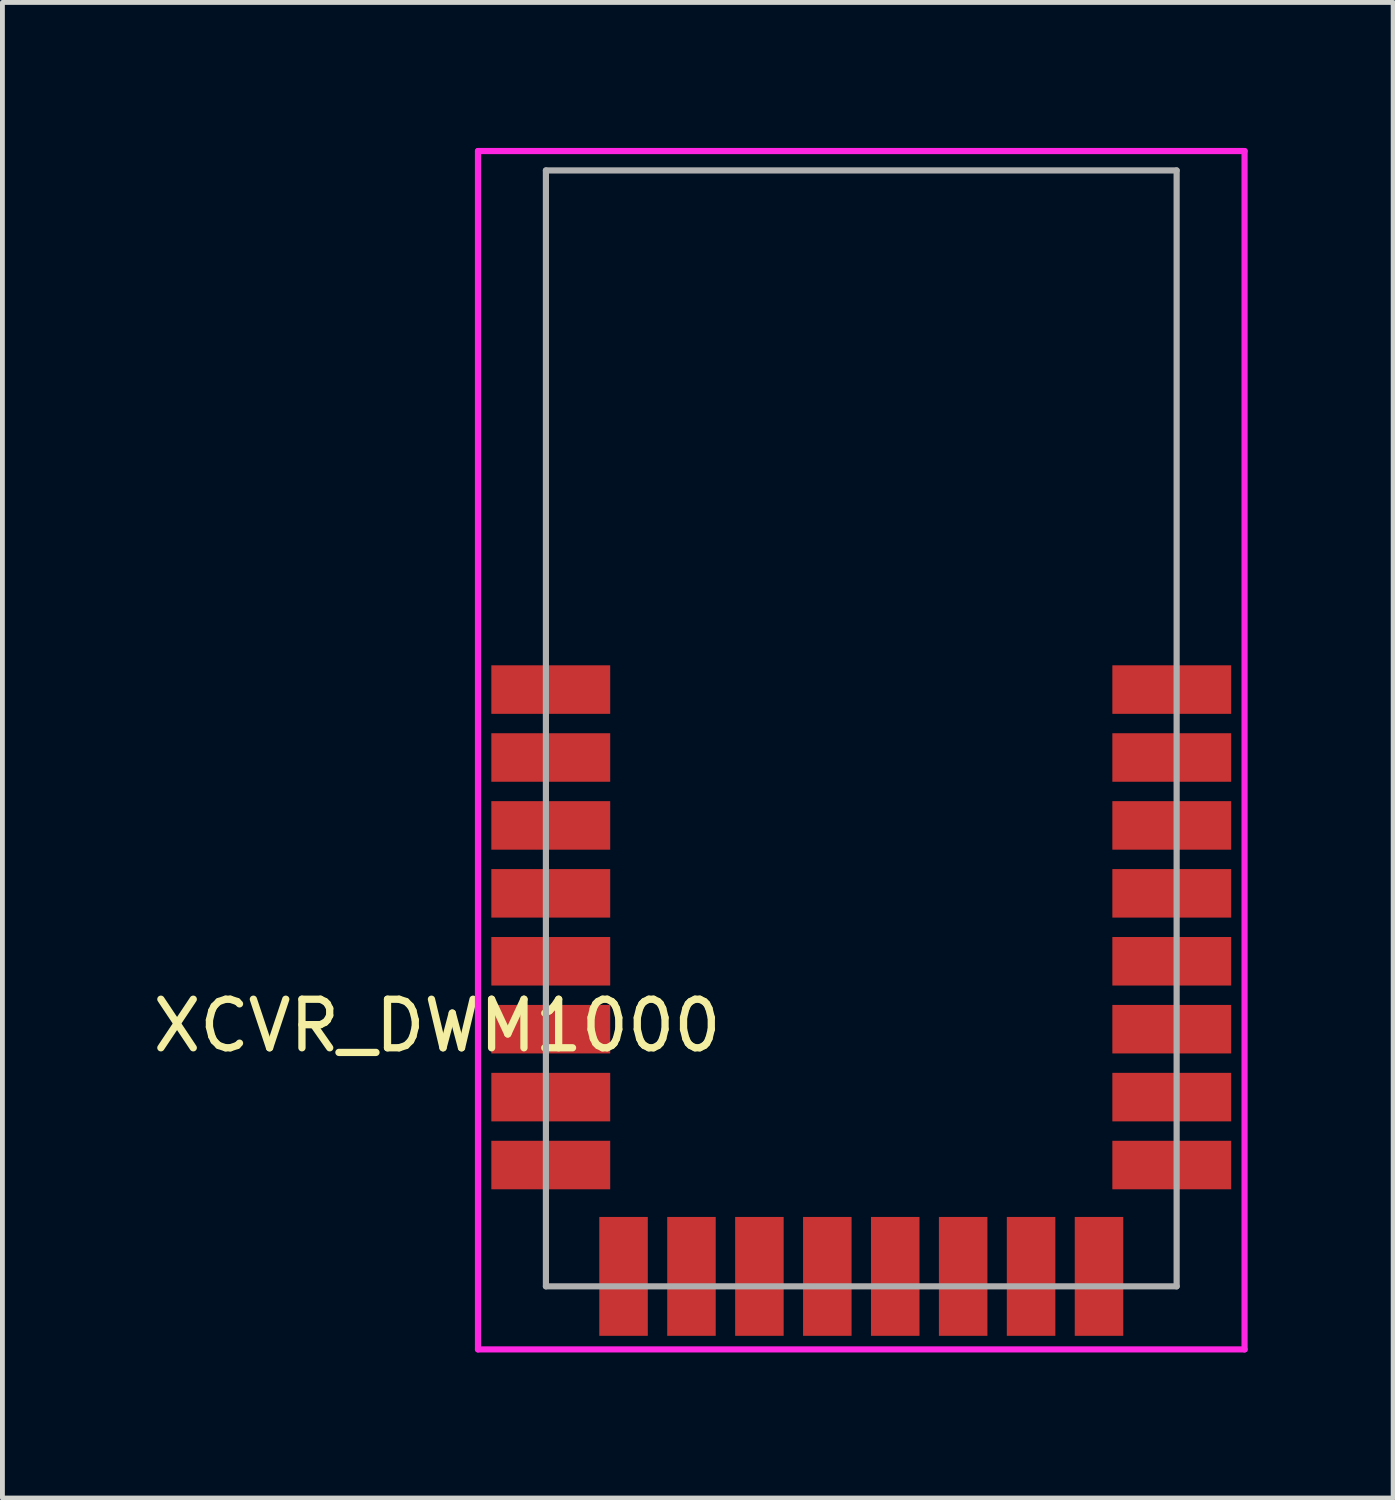
<source format=kicad_pcb>
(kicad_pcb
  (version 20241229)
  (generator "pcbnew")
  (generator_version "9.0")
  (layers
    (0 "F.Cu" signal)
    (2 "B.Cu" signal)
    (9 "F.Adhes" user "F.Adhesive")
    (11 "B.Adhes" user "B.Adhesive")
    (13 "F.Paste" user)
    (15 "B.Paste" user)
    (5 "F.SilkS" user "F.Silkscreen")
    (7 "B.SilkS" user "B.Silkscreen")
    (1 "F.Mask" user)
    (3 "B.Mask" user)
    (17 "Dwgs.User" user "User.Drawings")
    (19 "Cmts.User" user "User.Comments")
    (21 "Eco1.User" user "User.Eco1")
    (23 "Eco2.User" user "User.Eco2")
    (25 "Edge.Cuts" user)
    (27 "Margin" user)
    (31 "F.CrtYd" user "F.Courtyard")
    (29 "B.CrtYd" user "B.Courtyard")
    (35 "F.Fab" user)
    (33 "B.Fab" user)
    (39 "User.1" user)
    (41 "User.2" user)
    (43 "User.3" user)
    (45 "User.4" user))
  (footprint "XCVR_DWM1000"
    (layer "F.Cu")
    (at 14.702 12.963)
    (property "Reference" "XCVR_DWM1000" (at -8.74 5.128 180) (layer "F.SilkS") (effects (font (size 1.001 1.001) (thickness 0.15))))
    (attr smd)
    (fp_line (start -7.9 -12.9) (end -7.9 11.8) (stroke (width 0.127) (type solid)) (layer "F.CrtYd"))
    (fp_line (start -7.9 11.8) (end 7.9 11.8) (stroke (width 0.127) (type solid)) (layer "F.CrtYd"))
    (fp_line (start 7.9 -12.9) (end -7.9 -12.9) (stroke (width 0.127) (type solid)) (layer "F.CrtYd"))
    (fp_line (start 7.9 11.8) (end 7.9 -12.9) (stroke (width 0.127) (type solid)) (layer "F.CrtYd"))
    (fp_line (start -6.5 -12.5) (end -6.5 10.5) (stroke (width 0.127) (type solid)) (layer "F.Fab"))
    (fp_line (start -6.5 10.5) (end 6.5 10.5) (stroke (width 0.127) (type solid)) (layer "F.Fab"))
    (fp_line (start 6.5 -12.5) (end -6.5 -12.5) (stroke (width 0.127) (type solid)) (layer "F.Fab"))
    (fp_line (start 6.5 10.5) (end 6.5 -12.5) (stroke (width 0.127) (type solid)) (layer "F.Fab"))
    (pad "1" smd rect (at -6.4 -1.8) (size 2.45 1) (layers "F.Cu" "F.Mask" "F.Paste"))
    (pad "2" smd rect (at -6.4 -0.4) (size 2.45 1) (layers "F.Cu" "F.Mask" "F.Paste"))
    (pad "3" smd rect (at -6.4 1) (size 2.45 1) (layers "F.Cu" "F.Mask" "F.Paste"))
    (pad "4" smd rect (at -6.4 2.4) (size 2.45 1) (layers "F.Cu" "F.Mask" "F.Paste"))
    (pad "5" smd rect (at -6.4 3.8) (size 2.45 1) (layers "F.Cu" "F.Mask" "F.Paste"))
    (pad "6" smd rect (at -6.4 5.2) (size 2.45 1) (layers "F.Cu" "F.Mask" "F.Paste"))
    (pad "7" smd rect (at -6.4 6.6) (size 2.45 1) (layers "F.Cu" "F.Mask" "F.Paste"))
    (pad "8" smd rect (at -6.4 8) (size 2.45 1) (layers "F.Cu" "F.Mask" "F.Paste"))
    (pad "9" smd rect (at -4.9 10.295) (size 1 2.45) (layers "F.Cu" "F.Mask" "F.Paste"))
    (pad "10" smd rect (at -3.5 10.295) (size 1 2.45) (layers "F.Cu" "F.Mask" "F.Paste"))
    (pad "11" smd rect (at -2.1 10.295) (size 1 2.45) (layers "F.Cu" "F.Mask" "F.Paste"))
    (pad "12" smd rect (at -0.7 10.295) (size 1 2.45) (layers "F.Cu" "F.Mask" "F.Paste"))
    (pad "13" smd rect (at 0.7 10.295) (size 1 2.45) (layers "F.Cu" "F.Mask" "F.Paste"))
    (pad "14" smd rect (at 2.1 10.295) (size 1 2.45) (layers "F.Cu" "F.Mask" "F.Paste"))
    (pad "15" smd rect (at 3.5 10.295) (size 1 2.45) (layers "F.Cu" "F.Mask" "F.Paste"))
    (pad "16" smd rect (at 4.9 10.295) (size 1 2.45) (layers "F.Cu" "F.Mask" "F.Paste"))
    (pad "17" smd rect (at 6.4 8) (size 2.45 1) (layers "F.Cu" "F.Mask" "F.Paste"))
    (pad "18" smd rect (at 6.4 6.6) (size 2.45 1) (layers "F.Cu" "F.Mask" "F.Paste"))
    (pad "19" smd rect (at 6.4 5.2) (size 2.45 1) (layers "F.Cu" "F.Mask" "F.Paste"))
    (pad "20" smd rect (at 6.4 3.8) (size 2.45 1) (layers "F.Cu" "F.Mask" "F.Paste"))
    (pad "21" smd rect (at 6.4 2.4) (size 2.45 1) (layers "F.Cu" "F.Mask" "F.Paste"))
    (pad "22" smd rect (at 6.4 1) (size 2.45 1) (layers "F.Cu" "F.Mask" "F.Paste"))
    (pad "23" smd rect (at 6.4 -0.4) (size 2.45 1) (layers "F.Cu" "F.Mask" "F.Paste"))
    (pad "24" smd rect (at 6.4 -1.8) (size 2.45 1) (layers "F.Cu" "F.Mask" "F.Paste")))
  (gr_rect
    (start -3 -3)
    (end 25.665 27.827)
    (stroke (width 0.1) (type default))
    (fill no)
    (layer "Edge.Cuts")))
</source>
